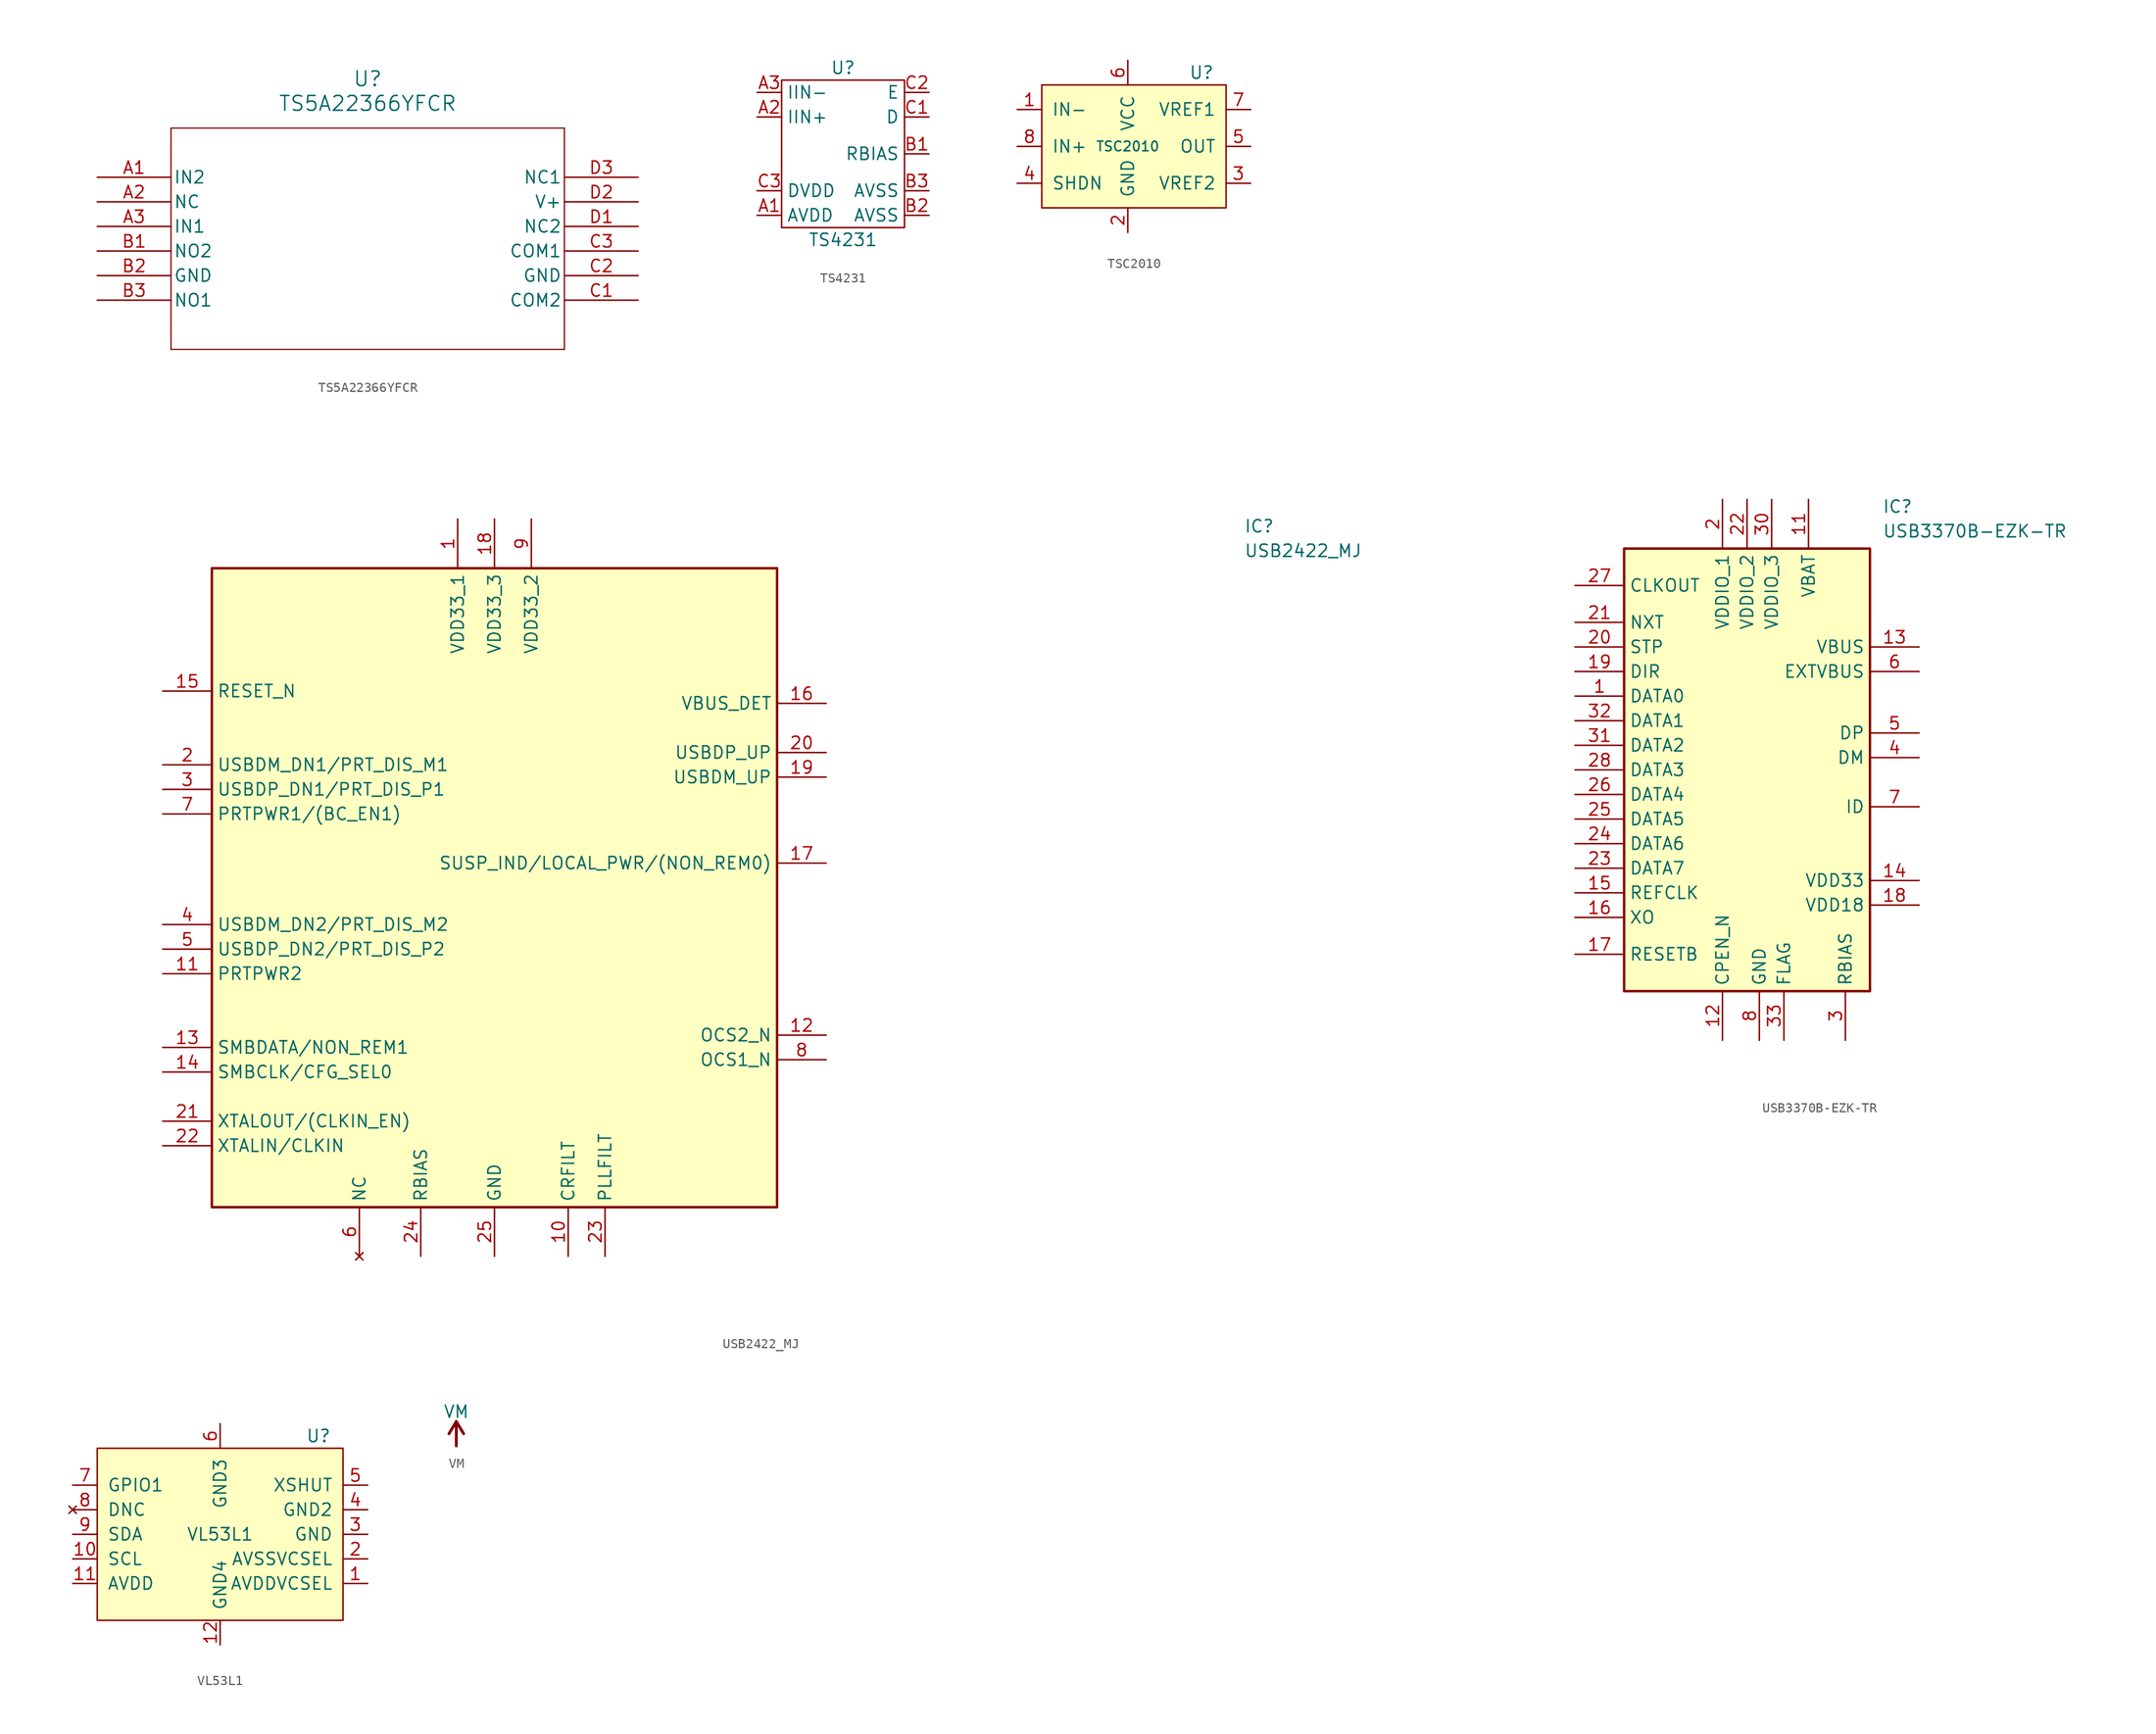
<source format=kicad_sym>
(kicad_symbol_lib
  (version 20231120)
  (generator "kicad_symbol_editor")
  (generator_version "8.0")
  (symbol "TS5A22366YFCR"
    (pin_names
      (offset 0.254))
    (property "Reference" "U"
      (at 27.94 10.16 0)
      (effects (font (size 1.524 1.524))))
    (property "Value" "TS5A22366YFCR"
      (at 27.94 7.62 0)
      (effects (font (size 1.524 1.524))))
    (property "ki_locked" ""
      (at 0 0 0)
      (effects (font (size 1.27 1.27))))
    (symbol "TS5A22366YFCR_0_1"
      (polyline (pts (xy 7.62 -17.78) (xy 48.26 -17.78)) (stroke (width 0.127) (type default)) (fill (type none)))
      (polyline (pts (xy 7.62 5.08) (xy 7.62 -17.78)) (stroke (width 0.127) (type default)) (fill (type none)))
      (polyline (pts (xy 48.26 -17.78) (xy 48.26 5.08)) (stroke (width 0.127) (type default)) (fill (type none)))
      (polyline (pts (xy 48.26 5.08) (xy 7.62 5.08)) (stroke (width 0.127) (type default)) (fill (type none)))
      (pin input line (at 0 0 0) (length 7.62) (name "IN2" (effects (font (size 1.27 1.27)))) (number "A1" (effects (font (size 1.27 1.27)))))
      (pin unspecified line (at 0 -2.54 0) (length 7.62) (name "NC" (effects (font (size 1.27 1.27)))) (number "A2" (effects (font (size 1.27 1.27)))))
      (pin input line (at 0 -5.08 0) (length 7.62) (name "IN1" (effects (font (size 1.27 1.27)))) (number "A3" (effects (font (size 1.27 1.27)))))
      (pin output line (at 0 -7.62 0) (length 7.62) (name "NO2" (effects (font (size 1.27 1.27)))) (number "B1" (effects (font (size 1.27 1.27)))))
      (pin power_in line (at 0 -10.16 0) (length 7.62) (name "GND" (effects (font (size 1.27 1.27)))) (number "B2" (effects (font (size 1.27 1.27)))))
      (pin output line (at 0 -12.7 0) (length 7.62) (name "NO1" (effects (font (size 1.27 1.27)))) (number "B3" (effects (font (size 1.27 1.27)))))
      (pin unspecified line (at 55.88 -12.7 180) (length 7.62) (name "COM2" (effects (font (size 1.27 1.27)))) (number "C1" (effects (font (size 1.27 1.27)))))
      (pin power_in line (at 55.88 -10.16 180) (length 7.62) (name "GND" (effects (font (size 1.27 1.27)))) (number "C2" (effects (font (size 1.27 1.27)))))
      (pin unspecified line (at 55.88 -7.62 180) (length 7.62) (name "COM1" (effects (font (size 1.27 1.27)))) (number "C3" (effects (font (size 1.27 1.27)))))
      (pin unspecified line (at 55.88 -5.08 180) (length 7.62) (name "NC2" (effects (font (size 1.27 1.27)))) (number "D1" (effects (font (size 1.27 1.27)))))
      (pin power_in line (at 55.88 -2.54 180) (length 7.62) (name "V+" (effects (font (size 1.27 1.27)))) (number "D2" (effects (font (size 1.27 1.27)))))
      (pin unspecified line (at 55.88 0 180) (length 7.62) (name "NC1" (effects (font (size 1.27 1.27)))) (number "D3" (effects (font (size 1.27 1.27)))))))
  (symbol "TS4231"
    (property "Reference" "U"
      (at 0 8.89 0)
      (effects (font (size 1.27 1.27))))
    (property "Value" "TS4231"
      (at 0 -8.89 0)
      (effects (font (size 1.27 1.27))))
    (symbol "TS4231_0_0"
      (pin power_out line (at -8.89 -6.35 0) (length 2.54) (name "AVDD" (effects (font (size 1.27 1.27)))) (number "A1" (effects (font (size 1.27 1.27)))))
      (pin input line (at -8.89 3.81 0) (length 2.54) (name "IIN+" (effects (font (size 1.27 1.27)))) (number "A2" (effects (font (size 1.27 1.27)))))
      (pin input line (at -8.89 6.35 0) (length 2.54) (name "IIN-" (effects (font (size 1.27 1.27)))) (number "A3" (effects (font (size 1.27 1.27)))))
      (pin input line (at 8.89 0 180) (length 2.54) (name "RBIAS" (effects (font (size 1.27 1.27)))) (number "B1" (effects (font (size 1.27 1.27)))))
      (pin power_in line (at 8.89 -6.35 180) (length 2.54) (name "AVSS" (effects (font (size 1.27 1.27)))) (number "B2" (effects (font (size 1.27 1.27)))))
      (pin power_in line (at 8.89 -3.81 180) (length 2.54) (name "AVSS" (effects (font (size 1.27 1.27)))) (number "B3" (effects (font (size 1.27 1.27)))))
      (pin output line (at 8.89 3.81 180) (length 2.54) (name "D" (effects (font (size 1.27 1.27)))) (number "C1" (effects (font (size 1.27 1.27)))))
      (pin output line (at 8.89 6.35 180) (length 2.54) (name "E" (effects (font (size 1.27 1.27)))) (number "C2" (effects (font (size 1.27 1.27)))))
      (pin power_in line (at -8.89 -3.81 0) (length 2.54) (name "DVDD" (effects (font (size 1.27 1.27)))) (number "C3" (effects (font (size 1.27 1.27))))))
    (symbol "TS4231_0_1"
      (rectangle (start -6.35 7.62) (end 6.35 -7.62) (stroke (width 0) (type default)) (fill (type none)))))
  (symbol "TSC2010"
    (pin_names
      (offset 1.016))
    (property "Reference" "U"
      (at 12.7 5.08 0)
      (effects (font (size 1.27 1.27))))
    (property "Value" "TSC2010"
      (at 5.08 -2.54 0)
      (effects (font (size 0.991 0.991))))
    (symbol "TSC2010_0_1"
      (rectangle (start -3.81 3.81) (end 15.24 -8.89) (stroke (width 0) (type default)) (fill (type background))))
    (symbol "TSC2010_1_1"
      (pin input line (at -6.35 1.27 0) (length 2.54) (name "IN-" (effects (font (size 1.27 1.27)))) (number "1" (effects (font (size 1.27 1.27)))))
      (pin power_in line (at 5.08 -11.43 90) (length 2.54) (name "GND" (effects (font (size 1.27 1.27)))) (number "2" (effects (font (size 1.27 1.27)))))
      (pin input line (at 17.78 -6.35 180) (length 2.54) (name "VREF2" (effects (font (size 1.27 1.27)))) (number "3" (effects (font (size 1.27 1.27)))))
      (pin input line (at -6.35 -6.35 0) (length 2.54) (name "SHDN" (effects (font (size 1.27 1.27)))) (number "4" (effects (font (size 1.27 1.27)))))
      (pin output line (at 17.78 -2.54 180) (length 2.54) (name "OUT" (effects (font (size 1.27 1.27)))) (number "5" (effects (font (size 1.27 1.27)))))
      (pin power_in line (at 5.08 6.35 270) (length 2.54) (name "VCC" (effects (font (size 1.27 1.27)))) (number "6" (effects (font (size 1.27 1.27)))))
      (pin input line (at 17.78 1.27 180) (length 2.54) (name "VREF1" (effects (font (size 1.27 1.27)))) (number "7" (effects (font (size 1.27 1.27)))))
      (pin input line (at -6.35 -2.54 0) (length 2.54) (name "IN+" (effects (font (size 1.27 1.27)))) (number "8" (effects (font (size 1.27 1.27)))))))
  (symbol "USB2422_MJ"
    (property "Reference" "IC"
      (at 77.47 33.02 0)
      (effects (font (size 1.27 1.27)) (justify left top)))
    (property "Value" "USB2422_MJ"
      (at 77.47 30.48 0)
      (effects (font (size 1.27 1.27)) (justify left top)))
    (symbol "USB2422_MJ_1_1"
      (rectangle (start -29.21 27.94) (end 29.21 -38.1) (stroke (width 0.254) (type default)) (fill (type background)))
      (pin passive line (at -3.81 33.02 270) (length 5.08) (name "VDD33_1" (effects (font (size 1.27 1.27)))) (number "1" (effects (font (size 1.27 1.27)))))
      (pin passive line (at 7.62 -43.18 90) (length 5.08) (name "CRFILT" (effects (font (size 1.27 1.27)))) (number "10" (effects (font (size 1.27 1.27)))))
      (pin passive line (at -34.29 -13.97 0) (length 5.08) (name "PRTPWR2" (effects (font (size 1.27 1.27)))) (number "11" (effects (font (size 1.27 1.27)))))
      (pin passive line (at 34.29 -20.32 180) (length 5.08) (name "OCS2_N" (effects (font (size 1.27 1.27)))) (number "12" (effects (font (size 1.27 1.27)))))
      (pin passive line (at -34.29 -21.59 0) (length 5.08) (name "SMBDATA/NON_REM1" (effects (font (size 1.27 1.27)))) (number "13" (effects (font (size 1.27 1.27)))))
      (pin passive line (at -34.29 -24.13 0) (length 5.08) (name "SMBCLK/CFG_SEL0" (effects (font (size 1.27 1.27)))) (number "14" (effects (font (size 1.27 1.27)))))
      (pin passive line (at -34.29 15.24 0) (length 5.08) (name "RESET_N" (effects (font (size 1.27 1.27)))) (number "15" (effects (font (size 1.27 1.27)))))
      (pin passive line (at 34.29 13.97 180) (length 5.08) (name "VBUS_DET" (effects (font (size 1.27 1.27)))) (number "16" (effects (font (size 1.27 1.27)))))
      (pin passive line (at 34.29 -2.54 180) (length 5.08) (name "SUSP_IND/LOCAL_PWR/(NON_REM0)" (effects (font (size 1.27 1.27)))) (number "17" (effects (font (size 1.27 1.27)))))
      (pin passive line (at 0 33.02 270) (length 5.08) (name "VDD33_3" (effects (font (size 1.27 1.27)))) (number "18" (effects (font (size 1.27 1.27)))))
      (pin passive line (at 34.29 6.35 180) (length 5.08) (name "USBDM_UP" (effects (font (size 1.27 1.27)))) (number "19" (effects (font (size 1.27 1.27)))))
      (pin passive line (at -34.29 7.62 0) (length 5.08) (name "USBDM_DN1/PRT_DIS_M1" (effects (font (size 1.27 1.27)))) (number "2" (effects (font (size 1.27 1.27)))))
      (pin passive line (at 34.29 8.89 180) (length 5.08) (name "USBDP_UP" (effects (font (size 1.27 1.27)))) (number "20" (effects (font (size 1.27 1.27)))))
      (pin passive line (at -34.29 -29.21 0) (length 5.08) (name "XTALOUT/(CLKIN_EN)" (effects (font (size 1.27 1.27)))) (number "21" (effects (font (size 1.27 1.27)))))
      (pin passive line (at -34.29 -31.75 0) (length 5.08) (name "XTALIN/CLKIN" (effects (font (size 1.27 1.27)))) (number "22" (effects (font (size 1.27 1.27)))))
      (pin passive line (at 11.43 -43.18 90) (length 5.08) (name "PLLFILT" (effects (font (size 1.27 1.27)))) (number "23" (effects (font (size 1.27 1.27)))))
      (pin passive line (at -7.62 -43.18 90) (length 5.08) (name "RBIAS" (effects (font (size 1.27 1.27)))) (number "24" (effects (font (size 1.27 1.27)))))
      (pin passive line (at 0 -43.18 90) (length 5.08) (name "GND" (effects (font (size 1.27 1.27)))) (number "25" (effects (font (size 1.27 1.27)))))
      (pin passive line (at -34.29 5.08 0) (length 5.08) (name "USBDP_DN1/PRT_DIS_P1" (effects (font (size 1.27 1.27)))) (number "3" (effects (font (size 1.27 1.27)))))
      (pin passive line (at -34.29 -8.89 0) (length 5.08) (name "USBDM_DN2/PRT_DIS_M2" (effects (font (size 1.27 1.27)))) (number "4" (effects (font (size 1.27 1.27)))))
      (pin passive line (at -34.29 -11.43 0) (length 5.08) (name "USBDP_DN2/PRT_DIS_P2" (effects (font (size 1.27 1.27)))) (number "5" (effects (font (size 1.27 1.27)))))
      (pin no_connect line (at -13.97 -43.18 90) (length 5.08) (name "NC" (effects (font (size 1.27 1.27)))) (number "6" (effects (font (size 1.27 1.27)))))
      (pin passive line (at -34.29 2.54 0) (length 5.08) (name "PRTPWR1/(BC_EN1)" (effects (font (size 1.27 1.27)))) (number "7" (effects (font (size 1.27 1.27)))))
      (pin passive line (at 34.29 -22.86 180) (length 5.08) (name "OCS1_N" (effects (font (size 1.27 1.27)))) (number "8" (effects (font (size 1.27 1.27)))))
      (pin passive line (at 3.81 33.02 270) (length 5.08) (name "VDD33_2" (effects (font (size 1.27 1.27)))) (number "9" (effects (font (size 1.27 1.27)))))))
  (symbol "USB3370B-EZK-TR"
    (property "Reference" "IC"
      (at 13.97 27.94 0)
      (effects (font (size 1.27 1.27)) (justify left top)))
    (property "Value" "USB3370B-EZK-TR"
      (at 13.97 25.4 0)
      (effects (font (size 1.27 1.27)) (justify left top)))
    (symbol "USB3370B-EZK-TR_1_1"
      (rectangle (start -12.7 22.86) (end 12.7 -22.86) (stroke (width 0.254) (type default)) (fill (type background)))
      (pin bidirectional line (at -17.78 7.62 0) (length 5.08) (name "DATA0" (effects (font (size 1.27 1.27)))) (number "1" (effects (font (size 1.27 1.27)))))
      (pin no_connect line (at -8.89 -27.94 90) (length 5.08) hide (name "NC_2" (effects (font (size 1.27 1.27)))) (number "10" (effects (font (size 1.27 1.27)))))
      (pin power_in line (at 6.35 27.94 270) (length 5.08) (name "VBAT" (effects (font (size 1.27 1.27)))) (number "11" (effects (font (size 1.27 1.27)))))
      (pin output line (at -2.54 -27.94 90) (length 5.08) (name "CPEN_N" (effects (font (size 1.27 1.27)))) (number "12" (effects (font (size 1.27 1.27)))))
      (pin bidirectional line (at 17.78 12.7 180) (length 5.08) (name "VBUS" (effects (font (size 1.27 1.27)))) (number "13" (effects (font (size 1.27 1.27)))))
      (pin power_in line (at 17.78 -11.43 180) (length 5.08) (name "VDD33" (effects (font (size 1.27 1.27)))) (number "14" (effects (font (size 1.27 1.27)))))
      (pin input line (at -17.78 -12.7 0) (length 5.08) (name "REFCLK" (effects (font (size 1.27 1.27)))) (number "15" (effects (font (size 1.27 1.27)))))
      (pin output line (at -17.78 -15.24 0) (length 5.08) (name "XO" (effects (font (size 1.27 1.27)))) (number "16" (effects (font (size 1.27 1.27)))))
      (pin input line (at -17.78 -19.05 0) (length 5.08) (name "RESETB" (effects (font (size 1.27 1.27)))) (number "17" (effects (font (size 1.27 1.27)))))
      (pin power_in line (at 17.78 -13.97 180) (length 5.08) (name "VDD18" (effects (font (size 1.27 1.27)))) (number "18" (effects (font (size 1.27 1.27)))))
      (pin output line (at -17.78 10.16 0) (length 5.08) (name "DIR" (effects (font (size 1.27 1.27)))) (number "19" (effects (font (size 1.27 1.27)))))
      (pin power_in line (at -2.54 27.94 270) (length 5.08) (name "VDDIO_1" (effects (font (size 1.27 1.27)))) (number "2" (effects (font (size 1.27 1.27)))))
      (pin input line (at -17.78 12.7 0) (length 5.08) (name "STP" (effects (font (size 1.27 1.27)))) (number "20" (effects (font (size 1.27 1.27)))))
      (pin output line (at -17.78 15.24 0) (length 5.08) (name "NXT" (effects (font (size 1.27 1.27)))) (number "21" (effects (font (size 1.27 1.27)))))
      (pin power_in line (at 0 27.94 270) (length 5.08) (name "VDDIO_2" (effects (font (size 1.27 1.27)))) (number "22" (effects (font (size 1.27 1.27)))))
      (pin bidirectional line (at -17.78 -10.16 0) (length 5.08) (name "DATA7" (effects (font (size 1.27 1.27)))) (number "23" (effects (font (size 1.27 1.27)))))
      (pin bidirectional line (at -17.78 -7.62 0) (length 5.08) (name "DATA6" (effects (font (size 1.27 1.27)))) (number "24" (effects (font (size 1.27 1.27)))))
      (pin bidirectional line (at -17.78 -5.08 0) (length 5.08) (name "DATA5" (effects (font (size 1.27 1.27)))) (number "25" (effects (font (size 1.27 1.27)))))
      (pin bidirectional line (at -17.78 -2.54 0) (length 5.08) (name "DATA4" (effects (font (size 1.27 1.27)))) (number "26" (effects (font (size 1.27 1.27)))))
      (pin output line (at -17.78 19.05 0) (length 5.08) (name "CLKOUT" (effects (font (size 1.27 1.27)))) (number "27" (effects (font (size 1.27 1.27)))))
      (pin bidirectional line (at -17.78 0 0) (length 5.08) (name "DATA3" (effects (font (size 1.27 1.27)))) (number "28" (effects (font (size 1.27 1.27)))))
      (pin no_connect line (at -6.35 -27.94 90) (length 5.08) hide (name "NC_3" (effects (font (size 1.27 1.27)))) (number "29" (effects (font (size 1.27 1.27)))))
      (pin passive line (at 10.16 -27.94 90) (length 5.08) (name "RBIAS" (effects (font (size 1.27 1.27)))) (number "3" (effects (font (size 1.27 1.27)))))
      (pin power_in line (at 2.54 27.94 270) (length 5.08) (name "VDDIO_3" (effects (font (size 1.27 1.27)))) (number "30" (effects (font (size 1.27 1.27)))))
      (pin bidirectional line (at -17.78 2.54 0) (length 5.08) (name "DATA2" (effects (font (size 1.27 1.27)))) (number "31" (effects (font (size 1.27 1.27)))))
      (pin bidirectional line (at -17.78 5.08 0) (length 5.08) (name "DATA1" (effects (font (size 1.27 1.27)))) (number "32" (effects (font (size 1.27 1.27)))))
      (pin power_in line (at 3.81 -27.94 90) (length 5.08) (name "FLAG" (effects (font (size 1.27 1.27)))) (number "33" (effects (font (size 1.27 1.27)))))
      (pin bidirectional line (at 17.78 1.27 180) (length 5.08) (name "DM" (effects (font (size 1.27 1.27)))) (number "4" (effects (font (size 1.27 1.27)))))
      (pin bidirectional line (at 17.78 3.81 180) (length 5.08) (name "DP" (effects (font (size 1.27 1.27)))) (number "5" (effects (font (size 1.27 1.27)))))
      (pin input line (at 17.78 10.16 180) (length 5.08) (name "EXTVBUS" (effects (font (size 1.27 1.27)))) (number "6" (effects (font (size 1.27 1.27)))))
      (pin input line (at 17.78 -3.81 180) (length 5.08) (name "ID" (effects (font (size 1.27 1.27)))) (number "7" (effects (font (size 1.27 1.27)))))
      (pin power_in line (at 1.27 -27.94 90) (length 5.08) (name "GND" (effects (font (size 1.27 1.27)))) (number "8" (effects (font (size 1.27 1.27)))))
      (pin no_connect line (at -11.43 -27.94 90) (length 5.08) hide (name "NC_1" (effects (font (size 1.27 1.27)))) (number "9" (effects (font (size 1.27 1.27)))))))
  (symbol "VL53L1"
    (pin_names
      (offset 1.016))
    (property "Reference" "U"
      (at 10.16 10.16 0)
      (effects (font (size 1.27 1.27))))
    (property "Value" "VL53L1"
      (at 0 0 0)
      (effects (font (size 1.27 1.27))))
    (symbol "VL53L1_0_0"
      (pin power_in line (at 15.24 -5.08 180) (length 2.54) (name "AVDDVCSEL" (effects (font (size 1.27 1.27)))) (number "1" (effects (font (size 1.27 1.27)))))
      (pin input line (at -15.24 -2.54 0) (length 2.54) (name "SCL" (effects (font (size 1.27 1.27)))) (number "10" (effects (font (size 1.27 1.27)))))
      (pin power_in line (at -15.24 -5.08 0) (length 2.54) (name "AVDD" (effects (font (size 1.27 1.27)))) (number "11" (effects (font (size 1.27 1.27)))))
      (pin power_out line (at 0 -11.43 90) (length 2.54) (name "GND4" (effects (font (size 1.27 1.27)))) (number "12" (effects (font (size 1.27 1.27)))))
      (pin power_out line (at 15.24 -2.54 180) (length 2.54) (name "AVSSVCSEL" (effects (font (size 1.27 1.27)))) (number "2" (effects (font (size 1.27 1.27)))))
      (pin power_out line (at 15.24 0 180) (length 2.54) (name "GND" (effects (font (size 1.27 1.27)))) (number "3" (effects (font (size 1.27 1.27)))))
      (pin power_out line (at 15.24 2.54 180) (length 2.54) (name "GND2" (effects (font (size 1.27 1.27)))) (number "4" (effects (font (size 1.27 1.27)))))
      (pin input line (at 15.24 5.08 180) (length 2.54) (name "XSHUT" (effects (font (size 1.27 1.27)))) (number "5" (effects (font (size 1.27 1.27)))))
      (pin power_out line (at 0 11.43 270) (length 2.54) (name "GND3" (effects (font (size 1.27 1.27)))) (number "6" (effects (font (size 1.27 1.27)))))
      (pin output line (at -15.24 5.08 0) (length 2.54) (name "GPIO1" (effects (font (size 1.27 1.27)))) (number "7" (effects (font (size 1.27 1.27)))))
      (pin no_connect line (at -15.24 2.54 0) (length 2.54) (name "DNC" (effects (font (size 1.27 1.27)))) (number "8" (effects (font (size 1.27 1.27)))))
      (pin bidirectional line (at -15.24 0 0) (length 2.54) (name "SDA" (effects (font (size 1.27 1.27)))) (number "9" (effects (font (size 1.27 1.27))))))
    (symbol "VL53L1_0_1"
      (rectangle (start -12.7 8.89) (end 12.7 -8.89) (stroke (width 0) (type default)) (fill (type background)))))
  (symbol "VM"
    (power)
    (pin_names
      (offset 0))
    (property "Reference" "#PWR"
      (at 0 -3.81 0)
      (effects (font (size 1.27 1.27)) (hide yes)))
    (property "Value" "VM"
      (at 0 3.556 0)
      (effects (font (size 1.27 1.27))))
    (symbol "VM_1_1"
      (polyline (pts (xy -0.762 1.27) (xy 0 2.54)) (stroke (width 0.3) (type default)) (fill (type none)))
      (polyline (pts (xy 0 0) (xy 0 2.54)) (stroke (width 0.3) (type default)) (fill (type none)))
      (polyline (pts (xy 0 2.54) (xy 0.762 1.27)) (stroke (width 0.3) (type default)) (fill (type none)))
      (pin power_in line (at 0 0 90) (length 0) hide (name "+3V3" (effects (font (size 1.27 1.27)))) (number "1" (effects (font (size 1.27 1.27))))))))
</source>
